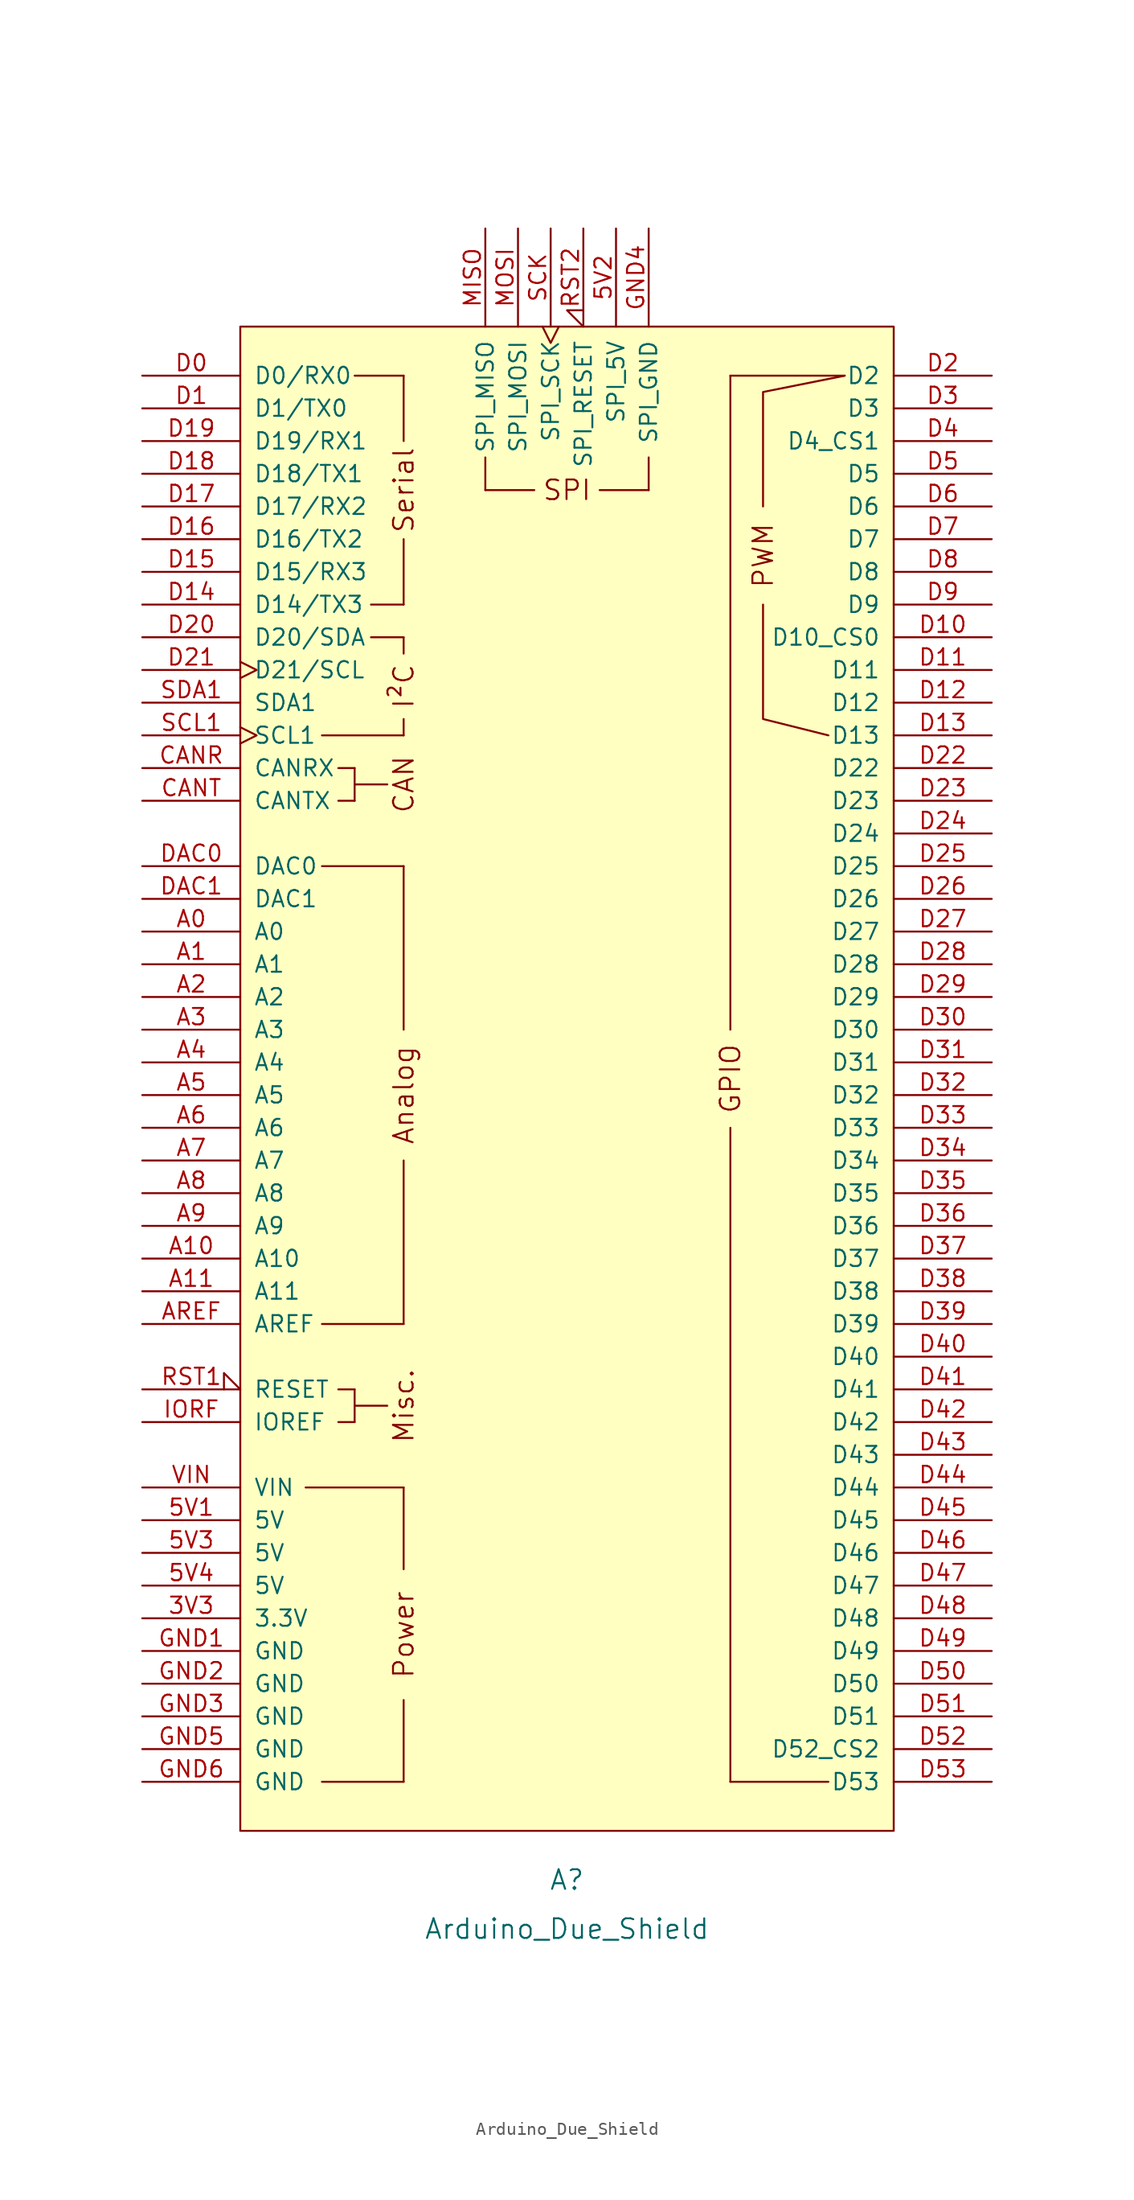
<source format=kicad_sym>
(kicad_symbol_lib
  (version 20231120)
  (generator "kicad_symbol_editor")
  (generator_version "8.0")
  (symbol "Arduino_Due_Shield"
    (pin_names
      (offset 1.016))
    (property "Reference" "A"
      (at 0 -62.23 0)
      (effects (font (size 1.524 1.524))))
    (property "Value" "Arduino_Due_Shield"
      (at 0 -66.04 0)
      (effects (font (size 1.524 1.524))))
    (symbol "Arduino_Due_Shield_0_0"
      (rectangle (start -25.4 -58.42) (end 25.4 58.42) (stroke (width 0) (type default)) (fill (type background)))
      (rectangle (start -20.32 -31.75) (end -12.7 -31.75) (stroke (width 0) (type default)) (fill (type none)))
      (rectangle (start -19.05 -54.61) (end -12.7 -54.61) (stroke (width 0) (type default)) (fill (type none)))
      (rectangle (start -19.05 -19.05) (end -12.7 -19.05) (stroke (width 0) (type default)) (fill (type none)))
      (rectangle (start -19.05 16.51) (end -12.7 16.51) (stroke (width 0) (type default)) (fill (type none)))
      (rectangle (start -19.05 26.67) (end -12.7 26.67) (stroke (width 0) (type default)) (fill (type none)))
      (rectangle (start -17.78 -26.67) (end -16.51 -26.67) (stroke (width 0) (type default)) (fill (type none)))
      (rectangle (start -17.78 -24.13) (end -16.51 -24.13) (stroke (width 0) (type default)) (fill (type none)))
      (rectangle (start -17.78 21.59) (end -16.51 21.59) (stroke (width 0) (type default)) (fill (type none)))
      (rectangle (start -17.78 24.13) (end -16.51 24.13) (stroke (width 0) (type default)) (fill (type none)))
      (rectangle (start -16.51 -25.4) (end -13.97 -25.4) (stroke (width 0) (type default)) (fill (type none)))
      (rectangle (start -16.51 -24.13) (end -16.51 -26.67) (stroke (width 0) (type default)) (fill (type none)))
      (rectangle (start -16.51 22.86) (end -13.97 22.86) (stroke (width 0) (type default)) (fill (type none)))
      (rectangle (start -16.51 24.13) (end -16.51 21.59) (stroke (width 0) (type default)) (fill (type none)))
      (rectangle (start -16.51 54.61) (end -12.7 54.61) (stroke (width 0) (type default)) (fill (type none)))
      (rectangle (start -15.24 34.29) (end -12.7 34.29) (stroke (width 0) (type default)) (fill (type none)))
      (rectangle (start -15.24 36.83) (end -12.7 36.83) (stroke (width 0) (type default)) (fill (type none)))
      (rectangle (start -12.7 -54.61) (end -12.7 -48.26) (stroke (width 0) (type default)) (fill (type none)))
      (rectangle (start -12.7 -31.75) (end -12.7 -38.1) (stroke (width 0) (type default)) (fill (type none)))
      (rectangle (start -12.7 -6.35) (end -12.7 -19.05) (stroke (width 0) (type default)) (fill (type none)))
      (rectangle (start -12.7 16.51) (end -12.7 3.81) (stroke (width 0) (type default)) (fill (type none)))
      (rectangle (start -12.7 26.67) (end -12.7 27.94) (stroke (width 0) (type default)) (fill (type none)))
      (rectangle (start -12.7 34.29) (end -12.7 33.02) (stroke (width 0) (type default)) (fill (type none)))
      (rectangle (start -12.7 41.91) (end -12.7 36.83) (stroke (width 0) (type default)) (fill (type none)))
      (rectangle (start -12.7 49.53) (end -12.7 54.61) (stroke (width 0) (type default)) (fill (type none)))
      (rectangle (start -6.35 48.26) (end -6.35 45.72) (stroke (width 0) (type default)) (fill (type none)))
      (rectangle (start -2.54 45.72) (end -6.35 45.72) (stroke (width 0) (type default)) (fill (type none)))
      (polyline (pts (xy 12.7 -54.61) (xy 20.32 -54.61)) (stroke (width 0) (type default)) (fill (type none)))
      (polyline (pts (xy 21.59 54.61) (xy 12.7 54.61)) (stroke (width 0) (type default)) (fill (type none)))
      (polyline (pts (xy 15.24 44.45) (xy 15.24 53.34) (xy 21.59 54.61)) (stroke (width 0) (type default)) (fill (type none)))
      (polyline (pts (xy 20.32 26.67) (xy 15.24 27.94) (xy 15.24 36.83)) (stroke (width 0) (type default)) (fill (type none)))
      (rectangle (start 6.35 45.72) (end 2.54 45.72) (stroke (width 0) (type default)) (fill (type none)))
      (rectangle (start 6.35 48.26) (end 6.35 45.72) (stroke (width 0) (type default)) (fill (type none)))
      (text "Analog" (at -12.7 -1.27 900) (effects (font (size 1.524 1.524))))
      (text "CAN" (at -12.7 22.86 900) (effects (font (size 1.524 1.524))))
      (text "I²C" (at -12.7 30.48 900) (effects (font (size 1.524 1.524))))
      (text "Misc." (at -12.7 -25.4 900) (effects (font (size 1.524 1.524))))
      (text "Power" (at -12.7 -43.18 900) (effects (font (size 1.524 1.524))))
      (text "PWM" (at 15.24 40.64 900) (effects (font (size 1.524 1.524))))
      (text "Serial" (at -12.7 45.72 900) (effects (font (size 1.524 1.524))))
      (text "SPI" (at 0 45.72 0) (effects (font (size 1.524 1.524)))))
    (symbol "Arduino_Due_Shield_1_0"
      (rectangle (start 12.7 -54.61) (end 12.7 -3.81) (stroke (width 0) (type default)) (fill (type none)))
      (rectangle (start 12.7 54.61) (end 12.7 3.81) (stroke (width 0) (type default)) (fill (type none)))
      (text "GPIO" (at 12.7 0 900) (effects (font (size 1.524 1.524)))))
    (symbol "Arduino_Due_Shield_1_1"
      (pin power_out line (at -33.02 -41.91 0) (length 7.62) (name "3.3V" (effects (font (size 1.27 1.27)))) (number "3V3" (effects (font (size 1.27 1.27)))))
      (pin power_in line (at -33.02 -34.29 0) (length 7.62) (name "5V" (effects (font (size 1.27 1.27)))) (number "5V1" (effects (font (size 1.27 1.27)))))
      (pin power_in line (at 3.81 66.04 270) (length 7.62) (name "SPI_5V" (effects (font (size 1.27 1.27)))) (number "5V2" (effects (font (size 1.27 1.27)))))
      (pin power_in line (at -33.02 -36.83 0) (length 7.62) (name "5V" (effects (font (size 1.27 1.27)))) (number "5V3" (effects (font (size 1.27 1.27)))))
      (pin power_in line (at -33.02 -39.37 0) (length 7.62) (name "5V" (effects (font (size 1.27 1.27)))) (number "5V4" (effects (font (size 1.27 1.27)))))
      (pin bidirectional line (at -33.02 11.43 0) (length 7.62) (name "A0" (effects (font (size 1.27 1.27)))) (number "A0" (effects (font (size 1.27 1.27)))))
      (pin bidirectional line (at -33.02 8.89 0) (length 7.62) (name "A1" (effects (font (size 1.27 1.27)))) (number "A1" (effects (font (size 1.27 1.27)))))
      (pin bidirectional line (at -33.02 -13.97 0) (length 7.62) (name "A10" (effects (font (size 1.27 1.27)))) (number "A10" (effects (font (size 1.27 1.27)))))
      (pin bidirectional line (at -33.02 -16.51 0) (length 7.62) (name "A11" (effects (font (size 1.27 1.27)))) (number "A11" (effects (font (size 1.27 1.27)))))
      (pin bidirectional line (at -33.02 6.35 0) (length 7.62) (name "A2" (effects (font (size 1.27 1.27)))) (number "A2" (effects (font (size 1.27 1.27)))))
      (pin bidirectional line (at -33.02 3.81 0) (length 7.62) (name "A3" (effects (font (size 1.27 1.27)))) (number "A3" (effects (font (size 1.27 1.27)))))
      (pin bidirectional line (at -33.02 1.27 0) (length 7.62) (name "A4" (effects (font (size 1.27 1.27)))) (number "A4" (effects (font (size 1.27 1.27)))))
      (pin bidirectional line (at -33.02 -1.27 0) (length 7.62) (name "A5" (effects (font (size 1.27 1.27)))) (number "A5" (effects (font (size 1.27 1.27)))))
      (pin bidirectional line (at -33.02 -3.81 0) (length 7.62) (name "A6" (effects (font (size 1.27 1.27)))) (number "A6" (effects (font (size 1.27 1.27)))))
      (pin bidirectional line (at -33.02 -6.35 0) (length 7.62) (name "A7" (effects (font (size 1.27 1.27)))) (number "A7" (effects (font (size 1.27 1.27)))))
      (pin bidirectional line (at -33.02 -8.89 0) (length 7.62) (name "A8" (effects (font (size 1.27 1.27)))) (number "A8" (effects (font (size 1.27 1.27)))))
      (pin bidirectional line (at -33.02 -11.43 0) (length 7.62) (name "A9" (effects (font (size 1.27 1.27)))) (number "A9" (effects (font (size 1.27 1.27)))))
      (pin input line (at -33.02 -19.05 0) (length 7.62) (name "AREF" (effects (font (size 1.27 1.27)))) (number "AREF" (effects (font (size 1.27 1.27)))))
      (pin bidirectional line (at -33.02 24.13 0) (length 7.62) (name "CANRX" (effects (font (size 1.27 1.27)))) (number "CANR" (effects (font (size 1.27 1.27)))))
      (pin bidirectional line (at -33.02 21.59 0) (length 7.62) (name "CANTX" (effects (font (size 1.27 1.27)))) (number "CANT" (effects (font (size 1.27 1.27)))))
      (pin bidirectional line (at -33.02 54.61 0) (length 7.62) (name "D0/RX0" (effects (font (size 1.27 1.27)))) (number "D0" (effects (font (size 1.27 1.27)))))
      (pin bidirectional line (at -33.02 52.07 0) (length 7.62) (name "D1/TX0" (effects (font (size 1.27 1.27)))) (number "D1" (effects (font (size 1.27 1.27)))))
      (pin bidirectional line (at 33.02 34.29 180) (length 7.62) (name "D10_CS0" (effects (font (size 1.27 1.27)))) (number "D10" (effects (font (size 1.27 1.27)))))
      (pin bidirectional line (at 33.02 31.75 180) (length 7.62) (name "D11" (effects (font (size 1.27 1.27)))) (number "D11" (effects (font (size 1.27 1.27)))))
      (pin bidirectional line (at 33.02 29.21 180) (length 7.62) (name "D12" (effects (font (size 1.27 1.27)))) (number "D12" (effects (font (size 1.27 1.27)))))
      (pin bidirectional line (at 33.02 26.67 180) (length 7.62) (name "D13" (effects (font (size 1.27 1.27)))) (number "D13" (effects (font (size 1.27 1.27)))))
      (pin bidirectional line (at -33.02 36.83 0) (length 7.62) (name "D14/TX3" (effects (font (size 1.27 1.27)))) (number "D14" (effects (font (size 1.27 1.27)))))
      (pin bidirectional line (at -33.02 39.37 0) (length 7.62) (name "D15/RX3" (effects (font (size 1.27 1.27)))) (number "D15" (effects (font (size 1.27 1.27)))))
      (pin bidirectional line (at -33.02 41.91 0) (length 7.62) (name "D16/TX2" (effects (font (size 1.27 1.27)))) (number "D16" (effects (font (size 1.27 1.27)))))
      (pin bidirectional line (at -33.02 44.45 0) (length 7.62) (name "D17/RX2" (effects (font (size 1.27 1.27)))) (number "D17" (effects (font (size 1.27 1.27)))))
      (pin bidirectional line (at -33.02 46.99 0) (length 7.62) (name "D18/TX1" (effects (font (size 1.27 1.27)))) (number "D18" (effects (font (size 1.27 1.27)))))
      (pin bidirectional line (at -33.02 49.53 0) (length 7.62) (name "D19/RX1" (effects (font (size 1.27 1.27)))) (number "D19" (effects (font (size 1.27 1.27)))))
      (pin bidirectional line (at 33.02 54.61 180) (length 7.62) (name "D2" (effects (font (size 1.27 1.27)))) (number "D2" (effects (font (size 1.27 1.27)))))
      (pin bidirectional line (at -33.02 34.29 0) (length 7.62) (name "D20/SDA" (effects (font (size 1.27 1.27)))) (number "D20" (effects (font (size 1.27 1.27)))))
      (pin bidirectional clock (at -33.02 31.75 0) (length 7.62) (name "D21/SCL" (effects (font (size 1.27 1.27)))) (number "D21" (effects (font (size 1.27 1.27)))))
      (pin bidirectional line (at 33.02 24.13 180) (length 7.62) (name "D22" (effects (font (size 1.27 1.27)))) (number "D22" (effects (font (size 1.27 1.27)))))
      (pin bidirectional line (at 33.02 21.59 180) (length 7.62) (name "D23" (effects (font (size 1.27 1.27)))) (number "D23" (effects (font (size 1.27 1.27)))))
      (pin bidirectional line (at 33.02 19.05 180) (length 7.62) (name "D24" (effects (font (size 1.27 1.27)))) (number "D24" (effects (font (size 1.27 1.27)))))
      (pin bidirectional line (at 33.02 16.51 180) (length 7.62) (name "D25" (effects (font (size 1.27 1.27)))) (number "D25" (effects (font (size 1.27 1.27)))))
      (pin bidirectional line (at 33.02 13.97 180) (length 7.62) (name "D26" (effects (font (size 1.27 1.27)))) (number "D26" (effects (font (size 1.27 1.27)))))
      (pin bidirectional line (at 33.02 11.43 180) (length 7.62) (name "D27" (effects (font (size 1.27 1.27)))) (number "D27" (effects (font (size 1.27 1.27)))))
      (pin bidirectional line (at 33.02 8.89 180) (length 7.62) (name "D28" (effects (font (size 1.27 1.27)))) (number "D28" (effects (font (size 1.27 1.27)))))
      (pin bidirectional line (at 33.02 6.35 180) (length 7.62) (name "D29" (effects (font (size 1.27 1.27)))) (number "D29" (effects (font (size 1.27 1.27)))))
      (pin bidirectional line (at 33.02 52.07 180) (length 7.62) (name "D3" (effects (font (size 1.27 1.27)))) (number "D3" (effects (font (size 1.27 1.27)))))
      (pin bidirectional line (at 33.02 3.81 180) (length 7.62) (name "D30" (effects (font (size 1.27 1.27)))) (number "D30" (effects (font (size 1.27 1.27)))))
      (pin bidirectional line (at 33.02 1.27 180) (length 7.62) (name "D31" (effects (font (size 1.27 1.27)))) (number "D31" (effects (font (size 1.27 1.27)))))
      (pin bidirectional line (at 33.02 -1.27 180) (length 7.62) (name "D32" (effects (font (size 1.27 1.27)))) (number "D32" (effects (font (size 1.27 1.27)))))
      (pin bidirectional line (at 33.02 -3.81 180) (length 7.62) (name "D33" (effects (font (size 1.27 1.27)))) (number "D33" (effects (font (size 1.27 1.27)))))
      (pin bidirectional line (at 33.02 -6.35 180) (length 7.62) (name "D34" (effects (font (size 1.27 1.27)))) (number "D34" (effects (font (size 1.27 1.27)))))
      (pin bidirectional line (at 33.02 -8.89 180) (length 7.62) (name "D35" (effects (font (size 1.27 1.27)))) (number "D35" (effects (font (size 1.27 1.27)))))
      (pin bidirectional line (at 33.02 -11.43 180) (length 7.62) (name "D36" (effects (font (size 1.27 1.27)))) (number "D36" (effects (font (size 1.27 1.27)))))
      (pin bidirectional line (at 33.02 -13.97 180) (length 7.62) (name "D37" (effects (font (size 1.27 1.27)))) (number "D37" (effects (font (size 1.27 1.27)))))
      (pin bidirectional line (at 33.02 -16.51 180) (length 7.62) (name "D38" (effects (font (size 1.27 1.27)))) (number "D38" (effects (font (size 1.27 1.27)))))
      (pin bidirectional line (at 33.02 -19.05 180) (length 7.62) (name "D39" (effects (font (size 1.27 1.27)))) (number "D39" (effects (font (size 1.27 1.27)))))
      (pin bidirectional line (at 33.02 49.53 180) (length 7.62) (name "D4_CS1" (effects (font (size 1.27 1.27)))) (number "D4" (effects (font (size 1.27 1.27)))))
      (pin bidirectional line (at 33.02 -21.59 180) (length 7.62) (name "D40" (effects (font (size 1.27 1.27)))) (number "D40" (effects (font (size 1.27 1.27)))))
      (pin bidirectional line (at 33.02 -24.13 180) (length 7.62) (name "D41" (effects (font (size 1.27 1.27)))) (number "D41" (effects (font (size 1.27 1.27)))))
      (pin bidirectional line (at 33.02 -26.67 180) (length 7.62) (name "D42" (effects (font (size 1.27 1.27)))) (number "D42" (effects (font (size 1.27 1.27)))))
      (pin bidirectional line (at 33.02 -29.21 180) (length 7.62) (name "D43" (effects (font (size 1.27 1.27)))) (number "D43" (effects (font (size 1.27 1.27)))))
      (pin bidirectional line (at 33.02 -31.75 180) (length 7.62) (name "D44" (effects (font (size 1.27 1.27)))) (number "D44" (effects (font (size 1.27 1.27)))))
      (pin bidirectional line (at 33.02 -34.29 180) (length 7.62) (name "D45" (effects (font (size 1.27 1.27)))) (number "D45" (effects (font (size 1.27 1.27)))))
      (pin bidirectional line (at 33.02 -36.83 180) (length 7.62) (name "D46" (effects (font (size 1.27 1.27)))) (number "D46" (effects (font (size 1.27 1.27)))))
      (pin bidirectional line (at 33.02 -39.37 180) (length 7.62) (name "D47" (effects (font (size 1.27 1.27)))) (number "D47" (effects (font (size 1.27 1.27)))))
      (pin bidirectional line (at 33.02 -41.91 180) (length 7.62) (name "D48" (effects (font (size 1.27 1.27)))) (number "D48" (effects (font (size 1.27 1.27)))))
      (pin bidirectional line (at 33.02 -44.45 180) (length 7.62) (name "D49" (effects (font (size 1.27 1.27)))) (number "D49" (effects (font (size 1.27 1.27)))))
      (pin bidirectional line (at 33.02 46.99 180) (length 7.62) (name "D5" (effects (font (size 1.27 1.27)))) (number "D5" (effects (font (size 1.27 1.27)))))
      (pin bidirectional line (at 33.02 -46.99 180) (length 7.62) (name "D50" (effects (font (size 1.27 1.27)))) (number "D50" (effects (font (size 1.27 1.27)))))
      (pin bidirectional line (at 33.02 -49.53 180) (length 7.62) (name "D51" (effects (font (size 1.27 1.27)))) (number "D51" (effects (font (size 1.27 1.27)))))
      (pin bidirectional line (at 33.02 -52.07 180) (length 7.62) (name "D52_CS2" (effects (font (size 1.27 1.27)))) (number "D52" (effects (font (size 1.27 1.27)))))
      (pin bidirectional line (at 33.02 -54.61 180) (length 7.62) (name "D53" (effects (font (size 1.27 1.27)))) (number "D53" (effects (font (size 1.27 1.27)))))
      (pin bidirectional line (at 33.02 44.45 180) (length 7.62) (name "D6" (effects (font (size 1.27 1.27)))) (number "D6" (effects (font (size 1.27 1.27)))))
      (pin bidirectional line (at 33.02 41.91 180) (length 7.62) (name "D7" (effects (font (size 1.27 1.27)))) (number "D7" (effects (font (size 1.27 1.27)))))
      (pin bidirectional line (at 33.02 39.37 180) (length 7.62) (name "D8" (effects (font (size 1.27 1.27)))) (number "D8" (effects (font (size 1.27 1.27)))))
      (pin bidirectional line (at 33.02 36.83 180) (length 7.62) (name "D9" (effects (font (size 1.27 1.27)))) (number "D9" (effects (font (size 1.27 1.27)))))
      (pin bidirectional line (at -33.02 16.51 0) (length 7.62) (name "DAC0" (effects (font (size 1.27 1.27)))) (number "DAC0" (effects (font (size 1.27 1.27)))))
      (pin bidirectional line (at -33.02 13.97 0) (length 7.62) (name "DAC1" (effects (font (size 1.27 1.27)))) (number "DAC1" (effects (font (size 1.27 1.27)))))
      (pin power_in line (at -33.02 -44.45 0) (length 7.62) (name "GND" (effects (font (size 1.27 1.27)))) (number "GND1" (effects (font (size 1.27 1.27)))))
      (pin power_in line (at -33.02 -46.99 0) (length 7.62) (name "GND" (effects (font (size 1.27 1.27)))) (number "GND2" (effects (font (size 1.27 1.27)))))
      (pin power_in line (at -33.02 -49.53 0) (length 7.62) (name "GND" (effects (font (size 1.27 1.27)))) (number "GND3" (effects (font (size 1.27 1.27)))))
      (pin power_in line (at 6.35 66.04 270) (length 7.62) (name "SPI_GND" (effects (font (size 1.27 1.27)))) (number "GND4" (effects (font (size 1.27 1.27)))))
      (pin power_in line (at -33.02 -52.07 0) (length 7.62) (name "GND" (effects (font (size 1.27 1.27)))) (number "GND5" (effects (font (size 1.27 1.27)))))
      (pin power_in line (at -33.02 -54.61 0) (length 7.62) (name "GND" (effects (font (size 1.27 1.27)))) (number "GND6" (effects (font (size 1.27 1.27)))))
      (pin output line (at -33.02 -26.67 0) (length 7.62) (name "IOREF" (effects (font (size 1.27 1.27)))) (number "IORF" (effects (font (size 1.27 1.27)))))
      (pin input line (at -6.35 66.04 270) (length 7.62) (name "SPI_MISO" (effects (font (size 1.27 1.27)))) (number "MISO" (effects (font (size 1.27 1.27)))))
      (pin output line (at -3.81 66.04 270) (length 7.62) (name "SPI_MOSI" (effects (font (size 1.27 1.27)))) (number "MOSI" (effects (font (size 1.27 1.27)))))
      (pin open_collector input_low (at -33.02 -24.13 0) (length 7.62) (name "RESET" (effects (font (size 1.27 1.27)))) (number "RST1" (effects (font (size 1.27 1.27)))))
      (pin open_collector input_low (at 1.27 66.04 270) (length 7.62) (name "SPI_RESET" (effects (font (size 1.27 1.27)))) (number "RST2" (effects (font (size 1.27 1.27)))))
      (pin output clock (at -1.27 66.04 270) (length 7.62) (name "SPI_SCK" (effects (font (size 1.27 1.27)))) (number "SCK" (effects (font (size 1.27 1.27)))))
      (pin bidirectional clock (at -33.02 26.67 0) (length 7.62) (name "SCL1" (effects (font (size 1.27 1.27)))) (number "SCL1" (effects (font (size 1.27 1.27)))))
      (pin bidirectional line (at -33.02 29.21 0) (length 7.62) (name "SDA1" (effects (font (size 1.27 1.27)))) (number "SDA1" (effects (font (size 1.27 1.27)))))
      (pin power_in line (at -33.02 -31.75 0) (length 7.62) (name "VIN" (effects (font (size 1.27 1.27)))) (number "VIN" (effects (font (size 1.27 1.27))))))))
</source>
